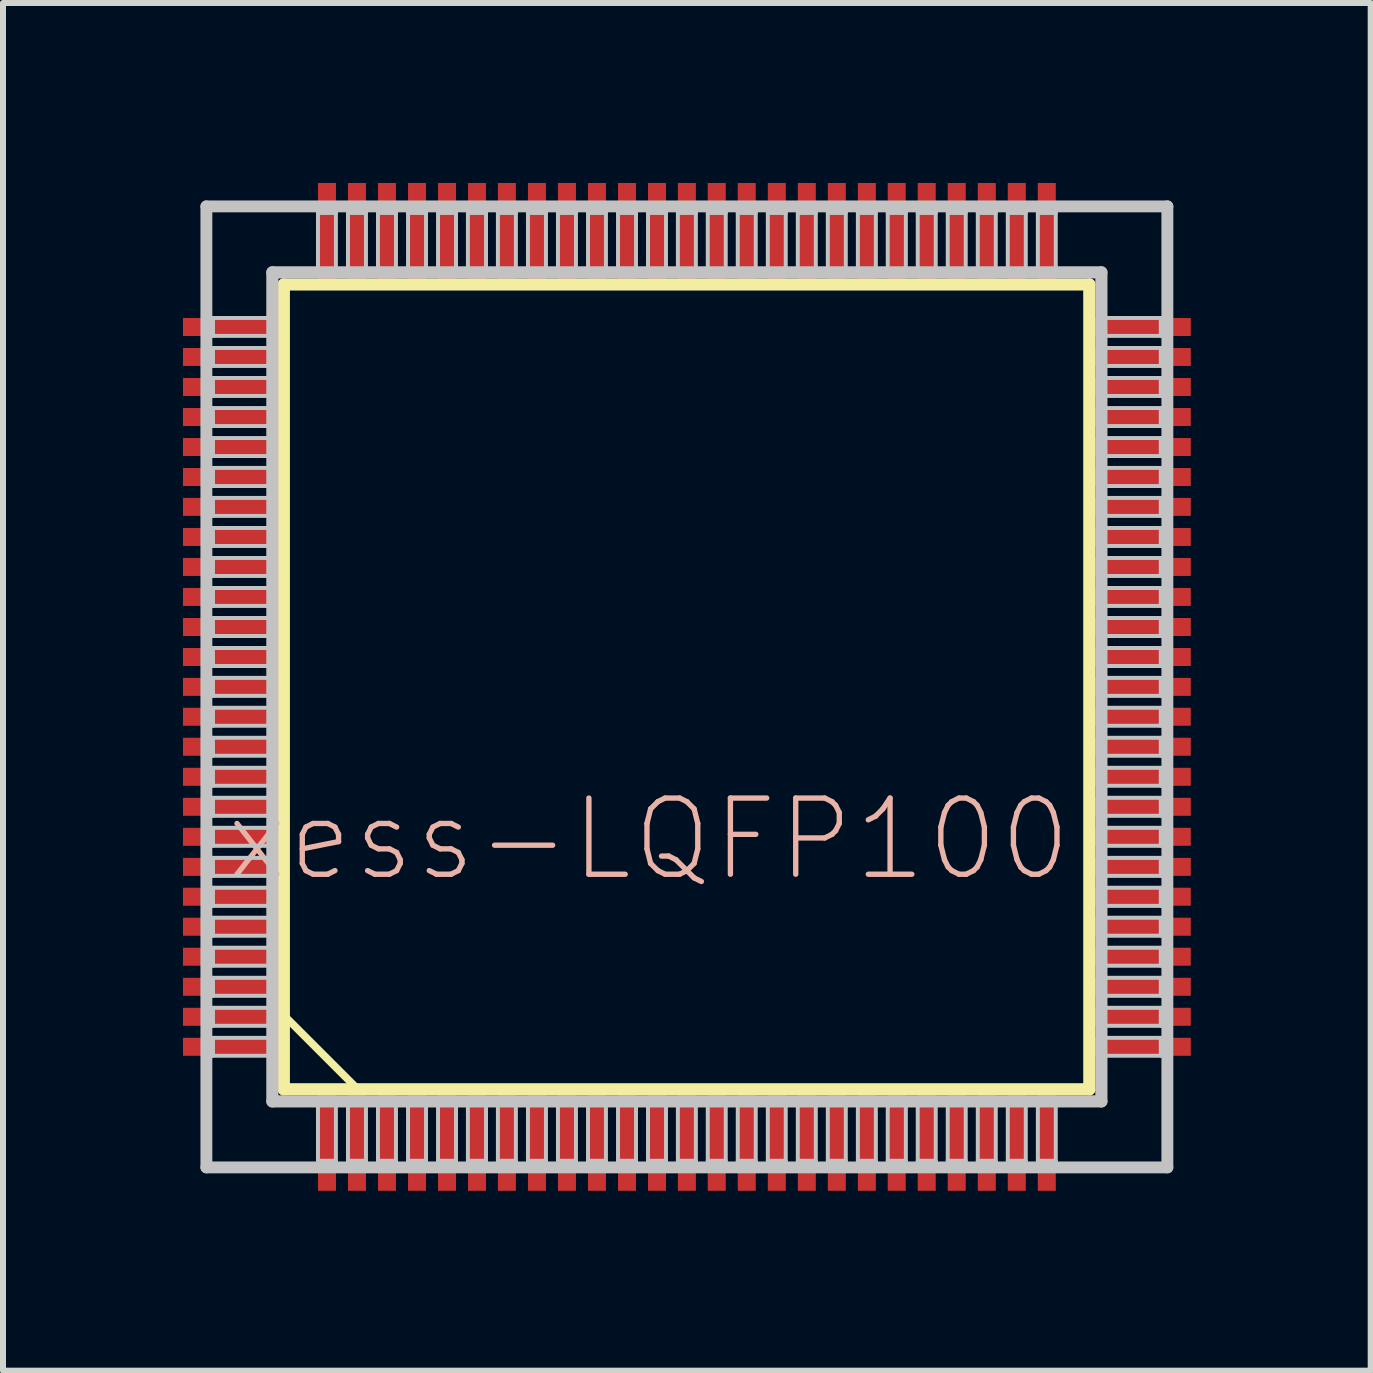
<source format=kicad_pcb>
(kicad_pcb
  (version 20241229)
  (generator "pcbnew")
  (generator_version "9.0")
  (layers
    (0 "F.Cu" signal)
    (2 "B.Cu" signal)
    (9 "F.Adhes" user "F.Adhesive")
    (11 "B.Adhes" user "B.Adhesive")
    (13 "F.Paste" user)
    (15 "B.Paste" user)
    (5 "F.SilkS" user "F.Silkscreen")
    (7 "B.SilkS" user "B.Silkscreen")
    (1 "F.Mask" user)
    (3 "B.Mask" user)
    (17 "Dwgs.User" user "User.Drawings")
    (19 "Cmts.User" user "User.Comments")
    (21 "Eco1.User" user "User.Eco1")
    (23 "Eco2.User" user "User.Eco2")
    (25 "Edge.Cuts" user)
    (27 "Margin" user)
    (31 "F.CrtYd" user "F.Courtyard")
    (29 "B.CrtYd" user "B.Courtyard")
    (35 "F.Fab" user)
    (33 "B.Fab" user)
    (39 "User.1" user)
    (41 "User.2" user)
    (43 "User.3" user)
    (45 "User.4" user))
  (footprint "xess-LQFP100"
    (layer "F.Cu")
    (at 8.399 8.399)
    (property "Reference" "xess-LQFP100" (at -0.635 2.54 0) (layer "B.SilkS") (effects (font (size 1.27 1.27) (thickness 0.089))))
    (attr smd)
    (fp_line (start -6.731 5.461) (end -6.731 6.731) (stroke (width 0.127) (type solid)) (layer "F.SilkS"))
    (fp_line (start -6.731 6.731) (end -5.461 6.731) (stroke (width 0.127) (type solid)) (layer "F.SilkS"))
    (fp_line (start -6.718 -6.708) (end 6.708 -6.708) (stroke (width 0.203) (type solid)) (layer "F.SilkS"))
    (fp_line (start -6.718 6.708) (end -6.718 -6.708) (stroke (width 0.203) (type solid)) (layer "F.SilkS"))
    (fp_line (start -5.461 6.731) (end -6.731 5.461) (stroke (width 0.127) (type solid)) (layer "F.SilkS"))
    (fp_line (start 6.708 -6.708) (end 6.708 6.708) (stroke (width 0.203) (type solid)) (layer "F.SilkS"))
    (fp_line (start 6.708 6.708) (end -6.718 6.708) (stroke (width 0.203) (type solid)) (layer "F.SilkS"))
    (fp_line (start -8.009 -8.009) (end 8.009 -8.009) (stroke (width 0.198) (type solid)) (layer "Dwgs.User"))
    (fp_line (start -8.009 8.009) (end -8.009 -8.009) (stroke (width 0.198) (type solid)) (layer "Dwgs.User"))
    (fp_line (start -7.899 -6.149) (end -6.949 -6.149) (stroke (width 0.066) (type solid)) (layer "Dwgs.User"))
    (fp_line (start -7.899 -5.85) (end -7.899 -6.149) (stroke (width 0.066) (type solid)) (layer "Dwgs.User"))
    (fp_line (start -7.899 -5.85) (end -6.949 -5.85) (stroke (width 0.066) (type solid)) (layer "Dwgs.User"))
    (fp_line (start -7.899 -5.649) (end -6.949 -5.649) (stroke (width 0.066) (type solid)) (layer "Dwgs.User"))
    (fp_line (start -7.899 -5.349) (end -7.899 -5.649) (stroke (width 0.066) (type solid)) (layer "Dwgs.User"))
    (fp_line (start -7.899 -5.349) (end -6.949 -5.349) (stroke (width 0.066) (type solid)) (layer "Dwgs.User"))
    (fp_line (start -7.899 -5.149) (end -6.949 -5.149) (stroke (width 0.066) (type solid)) (layer "Dwgs.User"))
    (fp_line (start -7.899 -4.849) (end -7.899 -5.149) (stroke (width 0.066) (type solid)) (layer "Dwgs.User"))
    (fp_line (start -7.899 -4.849) (end -6.949 -4.849) (stroke (width 0.066) (type solid)) (layer "Dwgs.User"))
    (fp_line (start -7.899 -4.648) (end -6.949 -4.648) (stroke (width 0.066) (type solid)) (layer "Dwgs.User"))
    (fp_line (start -7.899 -4.348) (end -7.899 -4.648) (stroke (width 0.066) (type solid)) (layer "Dwgs.User"))
    (fp_line (start -7.899 -4.348) (end -6.949 -4.348) (stroke (width 0.066) (type solid)) (layer "Dwgs.User"))
    (fp_line (start -7.899 -4.148) (end -6.949 -4.148) (stroke (width 0.066) (type solid)) (layer "Dwgs.User"))
    (fp_line (start -7.899 -3.848) (end -7.899 -4.148) (stroke (width 0.066) (type solid)) (layer "Dwgs.User"))
    (fp_line (start -7.899 -3.848) (end -6.949 -3.848) (stroke (width 0.066) (type solid)) (layer "Dwgs.User"))
    (fp_line (start -7.899 -3.65) (end -6.949 -3.65) (stroke (width 0.066) (type solid)) (layer "Dwgs.User"))
    (fp_line (start -7.899 -3.348) (end -7.899 -3.65) (stroke (width 0.066) (type solid)) (layer "Dwgs.User"))
    (fp_line (start -7.899 -3.348) (end -6.949 -3.348) (stroke (width 0.066) (type solid)) (layer "Dwgs.User"))
    (fp_line (start -7.899 -3.15) (end -6.949 -3.15) (stroke (width 0.066) (type solid)) (layer "Dwgs.User"))
    (fp_line (start -7.899 -2.85) (end -7.899 -3.15) (stroke (width 0.066) (type solid)) (layer "Dwgs.User"))
    (fp_line (start -7.899 -2.85) (end -6.949 -2.85) (stroke (width 0.066) (type solid)) (layer "Dwgs.User"))
    (fp_line (start -7.899 -2.649) (end -6.949 -2.649) (stroke (width 0.066) (type solid)) (layer "Dwgs.User"))
    (fp_line (start -7.899 -2.349) (end -7.899 -2.649) (stroke (width 0.066) (type solid)) (layer "Dwgs.User"))
    (fp_line (start -7.899 -2.349) (end -6.949 -2.349) (stroke (width 0.066) (type solid)) (layer "Dwgs.User"))
    (fp_line (start -7.899 -2.149) (end -6.949 -2.149) (stroke (width 0.066) (type solid)) (layer "Dwgs.User"))
    (fp_line (start -7.899 -1.849) (end -7.899 -2.149) (stroke (width 0.066) (type solid)) (layer "Dwgs.User"))
    (fp_line (start -7.899 -1.849) (end -6.949 -1.849) (stroke (width 0.066) (type solid)) (layer "Dwgs.User"))
    (fp_line (start -7.899 -1.648) (end -6.949 -1.648) (stroke (width 0.066) (type solid)) (layer "Dwgs.User"))
    (fp_line (start -7.899 -1.349) (end -7.899 -1.648) (stroke (width 0.066) (type solid)) (layer "Dwgs.User"))
    (fp_line (start -7.899 -1.349) (end -6.949 -1.349) (stroke (width 0.066) (type solid)) (layer "Dwgs.User"))
    (fp_line (start -7.899 -1.148) (end -6.949 -1.148) (stroke (width 0.066) (type solid)) (layer "Dwgs.User"))
    (fp_line (start -7.899 -0.848) (end -7.899 -1.148) (stroke (width 0.066) (type solid)) (layer "Dwgs.User"))
    (fp_line (start -7.899 -0.848) (end -6.949 -0.848) (stroke (width 0.066) (type solid)) (layer "Dwgs.User"))
    (fp_line (start -7.899 -0.648) (end -6.949 -0.648) (stroke (width 0.066) (type solid)) (layer "Dwgs.User"))
    (fp_line (start -7.899 -0.348) (end -7.899 -0.648) (stroke (width 0.066) (type solid)) (layer "Dwgs.User"))
    (fp_line (start -7.899 -0.348) (end -6.949 -0.348) (stroke (width 0.066) (type solid)) (layer "Dwgs.User"))
    (fp_line (start -7.899 -0.15) (end -6.949 -0.15) (stroke (width 0.066) (type solid)) (layer "Dwgs.User"))
    (fp_line (start -7.899 0.15) (end -7.899 -0.15) (stroke (width 0.066) (type solid)) (layer "Dwgs.User"))
    (fp_line (start -7.899 0.15) (end -6.949 0.15) (stroke (width 0.066) (type solid)) (layer "Dwgs.User"))
    (fp_line (start -7.899 0.348) (end -6.949 0.348) (stroke (width 0.066) (type solid)) (layer "Dwgs.User"))
    (fp_line (start -7.899 0.648) (end -7.899 0.348) (stroke (width 0.066) (type solid)) (layer "Dwgs.User"))
    (fp_line (start -7.899 0.648) (end -6.949 0.648) (stroke (width 0.066) (type solid)) (layer "Dwgs.User"))
    (fp_line (start -7.899 0.848) (end -6.949 0.848) (stroke (width 0.066) (type solid)) (layer "Dwgs.User"))
    (fp_line (start -7.899 1.148) (end -7.899 0.848) (stroke (width 0.066) (type solid)) (layer "Dwgs.User"))
    (fp_line (start -7.899 1.148) (end -6.949 1.148) (stroke (width 0.066) (type solid)) (layer "Dwgs.User"))
    (fp_line (start -7.899 1.349) (end -6.949 1.349) (stroke (width 0.066) (type solid)) (layer "Dwgs.User"))
    (fp_line (start -7.899 1.648) (end -7.899 1.349) (stroke (width 0.066) (type solid)) (layer "Dwgs.User"))
    (fp_line (start -7.899 1.648) (end -6.949 1.648) (stroke (width 0.066) (type solid)) (layer "Dwgs.User"))
    (fp_line (start -7.899 1.849) (end -6.949 1.849) (stroke (width 0.066) (type solid)) (layer "Dwgs.User"))
    (fp_line (start -7.899 2.149) (end -7.899 1.849) (stroke (width 0.066) (type solid)) (layer "Dwgs.User"))
    (fp_line (start -7.899 2.149) (end -6.949 2.149) (stroke (width 0.066) (type solid)) (layer "Dwgs.User"))
    (fp_line (start -7.899 2.349) (end -6.949 2.349) (stroke (width 0.066) (type solid)) (layer "Dwgs.User"))
    (fp_line (start -7.899 2.649) (end -7.899 2.349) (stroke (width 0.066) (type solid)) (layer "Dwgs.User"))
    (fp_line (start -7.899 2.649) (end -6.949 2.649) (stroke (width 0.066) (type solid)) (layer "Dwgs.User"))
    (fp_line (start -7.899 2.85) (end -6.949 2.85) (stroke (width 0.066) (type solid)) (layer "Dwgs.User"))
    (fp_line (start -7.899 3.15) (end -7.899 2.85) (stroke (width 0.066) (type solid)) (layer "Dwgs.User"))
    (fp_line (start -7.899 3.15) (end -6.949 3.15) (stroke (width 0.066) (type solid)) (layer "Dwgs.User"))
    (fp_line (start -7.899 3.348) (end -6.949 3.348) (stroke (width 0.066) (type solid)) (layer "Dwgs.User"))
    (fp_line (start -7.899 3.65) (end -7.899 3.348) (stroke (width 0.066) (type solid)) (layer "Dwgs.User"))
    (fp_line (start -7.899 3.65) (end -6.949 3.65) (stroke (width 0.066) (type solid)) (layer "Dwgs.User"))
    (fp_line (start -7.899 3.848) (end -6.949 3.848) (stroke (width 0.066) (type solid)) (layer "Dwgs.User"))
    (fp_line (start -7.899 4.148) (end -7.899 3.848) (stroke (width 0.066) (type solid)) (layer "Dwgs.User"))
    (fp_line (start -7.899 4.148) (end -6.949 4.148) (stroke (width 0.066) (type solid)) (layer "Dwgs.User"))
    (fp_line (start -7.899 4.348) (end -6.949 4.348) (stroke (width 0.066) (type solid)) (layer "Dwgs.User"))
    (fp_line (start -7.899 4.648) (end -7.899 4.348) (stroke (width 0.066) (type solid)) (layer "Dwgs.User"))
    (fp_line (start -7.899 4.648) (end -6.949 4.648) (stroke (width 0.066) (type solid)) (layer "Dwgs.User"))
    (fp_line (start -7.899 4.849) (end -6.949 4.849) (stroke (width 0.066) (type solid)) (layer "Dwgs.User"))
    (fp_line (start -7.899 5.149) (end -7.899 4.849) (stroke (width 0.066) (type solid)) (layer "Dwgs.User"))
    (fp_line (start -7.899 5.149) (end -6.949 5.149) (stroke (width 0.066) (type solid)) (layer "Dwgs.User"))
    (fp_line (start -7.899 5.349) (end -6.949 5.349) (stroke (width 0.066) (type solid)) (layer "Dwgs.User"))
    (fp_line (start -7.899 5.649) (end -7.899 5.349) (stroke (width 0.066) (type solid)) (layer "Dwgs.User"))
    (fp_line (start -7.899 5.649) (end -6.949 5.649) (stroke (width 0.066) (type solid)) (layer "Dwgs.User"))
    (fp_line (start -7.899 5.85) (end -6.949 5.85) (stroke (width 0.066) (type solid)) (layer "Dwgs.User"))
    (fp_line (start -7.899 6.149) (end -7.899 5.85) (stroke (width 0.066) (type solid)) (layer "Dwgs.User"))
    (fp_line (start -7.899 6.149) (end -6.949 6.149) (stroke (width 0.066) (type solid)) (layer "Dwgs.User"))
    (fp_line (start -6.949 -5.85) (end -6.949 -6.149) (stroke (width 0.066) (type solid)) (layer "Dwgs.User"))
    (fp_line (start -6.949 -5.349) (end -6.949 -5.649) (stroke (width 0.066) (type solid)) (layer "Dwgs.User"))
    (fp_line (start -6.949 -4.849) (end -6.949 -5.149) (stroke (width 0.066) (type solid)) (layer "Dwgs.User"))
    (fp_line (start -6.949 -4.348) (end -6.949 -4.648) (stroke (width 0.066) (type solid)) (layer "Dwgs.User"))
    (fp_line (start -6.949 -3.848) (end -6.949 -4.148) (stroke (width 0.066) (type solid)) (layer "Dwgs.User"))
    (fp_line (start -6.949 -3.348) (end -6.949 -3.65) (stroke (width 0.066) (type solid)) (layer "Dwgs.User"))
    (fp_line (start -6.949 -2.85) (end -6.949 -3.15) (stroke (width 0.066) (type solid)) (layer "Dwgs.User"))
    (fp_line (start -6.949 -2.349) (end -6.949 -2.649) (stroke (width 0.066) (type solid)) (layer "Dwgs.User"))
    (fp_line (start -6.949 -1.849) (end -6.949 -2.149) (stroke (width 0.066) (type solid)) (layer "Dwgs.User"))
    (fp_line (start -6.949 -1.349) (end -6.949 -1.648) (stroke (width 0.066) (type solid)) (layer "Dwgs.User"))
    (fp_line (start -6.949 -0.848) (end -6.949 -1.148) (stroke (width 0.066) (type solid)) (layer "Dwgs.User"))
    (fp_line (start -6.949 -0.348) (end -6.949 -0.648) (stroke (width 0.066) (type solid)) (layer "Dwgs.User"))
    (fp_line (start -6.949 0.15) (end -6.949 -0.15) (stroke (width 0.066) (type solid)) (layer "Dwgs.User"))
    (fp_line (start -6.949 0.648) (end -6.949 0.348) (stroke (width 0.066) (type solid)) (layer "Dwgs.User"))
    (fp_line (start -6.949 1.148) (end -6.949 0.848) (stroke (width 0.066) (type solid)) (layer "Dwgs.User"))
    (fp_line (start -6.949 1.648) (end -6.949 1.349) (stroke (width 0.066) (type solid)) (layer "Dwgs.User"))
    (fp_line (start -6.949 2.149) (end -6.949 1.849) (stroke (width 0.066) (type solid)) (layer "Dwgs.User"))
    (fp_line (start -6.949 2.649) (end -6.949 2.349) (stroke (width 0.066) (type solid)) (layer "Dwgs.User"))
    (fp_line (start -6.949 3.15) (end -6.949 2.85) (stroke (width 0.066) (type solid)) (layer "Dwgs.User"))
    (fp_line (start -6.949 3.65) (end -6.949 3.348) (stroke (width 0.066) (type solid)) (layer "Dwgs.User"))
    (fp_line (start -6.949 4.148) (end -6.949 3.848) (stroke (width 0.066) (type solid)) (layer "Dwgs.User"))
    (fp_line (start -6.949 4.648) (end -6.949 4.348) (stroke (width 0.066) (type solid)) (layer "Dwgs.User"))
    (fp_line (start -6.949 5.149) (end -6.949 4.849) (stroke (width 0.066) (type solid)) (layer "Dwgs.User"))
    (fp_line (start -6.949 5.649) (end -6.949 5.349) (stroke (width 0.066) (type solid)) (layer "Dwgs.User"))
    (fp_line (start -6.949 6.149) (end -6.949 5.85) (stroke (width 0.066) (type solid)) (layer "Dwgs.User"))
    (fp_line (start -6.909 -6.909) (end -6.909 6.909) (stroke (width 0.203) (type solid)) (layer "Dwgs.User"))
    (fp_line (start -6.909 6.909) (end 6.909 6.909) (stroke (width 0.203) (type solid)) (layer "Dwgs.User"))
    (fp_line (start -6.149 -7.899) (end -5.85 -7.899) (stroke (width 0.066) (type solid)) (layer "Dwgs.User"))
    (fp_line (start -6.149 -6.949) (end -6.149 -7.899) (stroke (width 0.066) (type solid)) (layer "Dwgs.User"))
    (fp_line (start -6.149 -6.949) (end -5.85 -6.949) (stroke (width 0.066) (type solid)) (layer "Dwgs.User"))
    (fp_line (start -6.149 6.949) (end -5.85 6.949) (stroke (width 0.066) (type solid)) (layer "Dwgs.User"))
    (fp_line (start -6.149 7.899) (end -6.149 6.949) (stroke (width 0.066) (type solid)) (layer "Dwgs.User"))
    (fp_line (start -6.149 7.899) (end -5.85 7.899) (stroke (width 0.066) (type solid)) (layer "Dwgs.User"))
    (fp_line (start -5.85 -6.949) (end -5.85 -7.899) (stroke (width 0.066) (type solid)) (layer "Dwgs.User"))
    (fp_line (start -5.85 7.899) (end -5.85 6.949) (stroke (width 0.066) (type solid)) (layer "Dwgs.User"))
    (fp_line (start -5.649 -7.899) (end -5.349 -7.899) (stroke (width 0.066) (type solid)) (layer "Dwgs.User"))
    (fp_line (start -5.649 -6.949) (end -5.649 -7.899) (stroke (width 0.066) (type solid)) (layer "Dwgs.User"))
    (fp_line (start -5.649 -6.949) (end -5.349 -6.949) (stroke (width 0.066) (type solid)) (layer "Dwgs.User"))
    (fp_line (start -5.649 6.949) (end -5.349 6.949) (stroke (width 0.066) (type solid)) (layer "Dwgs.User"))
    (fp_line (start -5.649 7.899) (end -5.649 6.949) (stroke (width 0.066) (type solid)) (layer "Dwgs.User"))
    (fp_line (start -5.649 7.899) (end -5.349 7.899) (stroke (width 0.066) (type solid)) (layer "Dwgs.User"))
    (fp_line (start -5.349 -6.949) (end -5.349 -7.899) (stroke (width 0.066) (type solid)) (layer "Dwgs.User"))
    (fp_line (start -5.349 7.899) (end -5.349 6.949) (stroke (width 0.066) (type solid)) (layer "Dwgs.User"))
    (fp_line (start -5.149 -7.899) (end -4.849 -7.899) (stroke (width 0.066) (type solid)) (layer "Dwgs.User"))
    (fp_line (start -5.149 -6.949) (end -5.149 -7.899) (stroke (width 0.066) (type solid)) (layer "Dwgs.User"))
    (fp_line (start -5.149 -6.949) (end -4.849 -6.949) (stroke (width 0.066) (type solid)) (layer "Dwgs.User"))
    (fp_line (start -5.149 6.949) (end -4.849 6.949) (stroke (width 0.066) (type solid)) (layer "Dwgs.User"))
    (fp_line (start -5.149 7.899) (end -5.149 6.949) (stroke (width 0.066) (type solid)) (layer "Dwgs.User"))
    (fp_line (start -5.149 7.899) (end -4.849 7.899) (stroke (width 0.066) (type solid)) (layer "Dwgs.User"))
    (fp_line (start -4.849 -6.949) (end -4.849 -7.899) (stroke (width 0.066) (type solid)) (layer "Dwgs.User"))
    (fp_line (start -4.849 7.899) (end -4.849 6.949) (stroke (width 0.066) (type solid)) (layer "Dwgs.User"))
    (fp_line (start -4.648 -7.899) (end -4.348 -7.899) (stroke (width 0.066) (type solid)) (layer "Dwgs.User"))
    (fp_line (start -4.648 -6.949) (end -4.648 -7.899) (stroke (width 0.066) (type solid)) (layer "Dwgs.User"))
    (fp_line (start -4.648 -6.949) (end -4.348 -6.949) (stroke (width 0.066) (type solid)) (layer "Dwgs.User"))
    (fp_line (start -4.648 6.949) (end -4.348 6.949) (stroke (width 0.066) (type solid)) (layer "Dwgs.User"))
    (fp_line (start -4.648 7.899) (end -4.648 6.949) (stroke (width 0.066) (type solid)) (layer "Dwgs.User"))
    (fp_line (start -4.648 7.899) (end -4.348 7.899) (stroke (width 0.066) (type solid)) (layer "Dwgs.User"))
    (fp_line (start -4.348 -6.949) (end -4.348 -7.899) (stroke (width 0.066) (type solid)) (layer "Dwgs.User"))
    (fp_line (start -4.348 7.899) (end -4.348 6.949) (stroke (width 0.066) (type solid)) (layer "Dwgs.User"))
    (fp_line (start -4.148 -7.899) (end -3.848 -7.899) (stroke (width 0.066) (type solid)) (layer "Dwgs.User"))
    (fp_line (start -4.148 -6.949) (end -4.148 -7.899) (stroke (width 0.066) (type solid)) (layer "Dwgs.User"))
    (fp_line (start -4.148 -6.949) (end -3.848 -6.949) (stroke (width 0.066) (type solid)) (layer "Dwgs.User"))
    (fp_line (start -4.148 6.949) (end -3.848 6.949) (stroke (width 0.066) (type solid)) (layer "Dwgs.User"))
    (fp_line (start -4.148 7.899) (end -4.148 6.949) (stroke (width 0.066) (type solid)) (layer "Dwgs.User"))
    (fp_line (start -4.148 7.899) (end -3.848 7.899) (stroke (width 0.066) (type solid)) (layer "Dwgs.User"))
    (fp_line (start -3.848 -6.949) (end -3.848 -7.899) (stroke (width 0.066) (type solid)) (layer "Dwgs.User"))
    (fp_line (start -3.848 7.899) (end -3.848 6.949) (stroke (width 0.066) (type solid)) (layer "Dwgs.User"))
    (fp_line (start -3.65 -7.899) (end -3.348 -7.899) (stroke (width 0.066) (type solid)) (layer "Dwgs.User"))
    (fp_line (start -3.65 -6.949) (end -3.65 -7.899) (stroke (width 0.066) (type solid)) (layer "Dwgs.User"))
    (fp_line (start -3.65 -6.949) (end -3.348 -6.949) (stroke (width 0.066) (type solid)) (layer "Dwgs.User"))
    (fp_line (start -3.65 6.949) (end -3.348 6.949) (stroke (width 0.066) (type solid)) (layer "Dwgs.User"))
    (fp_line (start -3.65 7.899) (end -3.65 6.949) (stroke (width 0.066) (type solid)) (layer "Dwgs.User"))
    (fp_line (start -3.65 7.899) (end -3.348 7.899) (stroke (width 0.066) (type solid)) (layer "Dwgs.User"))
    (fp_line (start -3.348 -6.949) (end -3.348 -7.899) (stroke (width 0.066) (type solid)) (layer "Dwgs.User"))
    (fp_line (start -3.348 7.899) (end -3.348 6.949) (stroke (width 0.066) (type solid)) (layer "Dwgs.User"))
    (fp_line (start -3.15 -7.899) (end -2.85 -7.899) (stroke (width 0.066) (type solid)) (layer "Dwgs.User"))
    (fp_line (start -3.15 -6.949) (end -3.15 -7.899) (stroke (width 0.066) (type solid)) (layer "Dwgs.User"))
    (fp_line (start -3.15 -6.949) (end -2.85 -6.949) (stroke (width 0.066) (type solid)) (layer "Dwgs.User"))
    (fp_line (start -3.15 6.949) (end -2.85 6.949) (stroke (width 0.066) (type solid)) (layer "Dwgs.User"))
    (fp_line (start -3.15 7.899) (end -3.15 6.949) (stroke (width 0.066) (type solid)) (layer "Dwgs.User"))
    (fp_line (start -3.15 7.899) (end -2.85 7.899) (stroke (width 0.066) (type solid)) (layer "Dwgs.User"))
    (fp_line (start -2.85 -6.949) (end -2.85 -7.899) (stroke (width 0.066) (type solid)) (layer "Dwgs.User"))
    (fp_line (start -2.85 7.899) (end -2.85 6.949) (stroke (width 0.066) (type solid)) (layer "Dwgs.User"))
    (fp_line (start -2.649 -7.899) (end -2.349 -7.899) (stroke (width 0.066) (type solid)) (layer "Dwgs.User"))
    (fp_line (start -2.649 -6.949) (end -2.649 -7.899) (stroke (width 0.066) (type solid)) (layer "Dwgs.User"))
    (fp_line (start -2.649 -6.949) (end -2.349 -6.949) (stroke (width 0.066) (type solid)) (layer "Dwgs.User"))
    (fp_line (start -2.649 6.949) (end -2.349 6.949) (stroke (width 0.066) (type solid)) (layer "Dwgs.User"))
    (fp_line (start -2.649 7.899) (end -2.649 6.949) (stroke (width 0.066) (type solid)) (layer "Dwgs.User"))
    (fp_line (start -2.649 7.899) (end -2.349 7.899) (stroke (width 0.066) (type solid)) (layer "Dwgs.User"))
    (fp_line (start -2.349 -6.949) (end -2.349 -7.899) (stroke (width 0.066) (type solid)) (layer "Dwgs.User"))
    (fp_line (start -2.349 7.899) (end -2.349 6.949) (stroke (width 0.066) (type solid)) (layer "Dwgs.User"))
    (fp_line (start -2.149 -7.899) (end -1.849 -7.899) (stroke (width 0.066) (type solid)) (layer "Dwgs.User"))
    (fp_line (start -2.149 -6.949) (end -2.149 -7.899) (stroke (width 0.066) (type solid)) (layer "Dwgs.User"))
    (fp_line (start -2.149 -6.949) (end -1.849 -6.949) (stroke (width 0.066) (type solid)) (layer "Dwgs.User"))
    (fp_line (start -2.149 6.949) (end -1.849 6.949) (stroke (width 0.066) (type solid)) (layer "Dwgs.User"))
    (fp_line (start -2.149 7.899) (end -2.149 6.949) (stroke (width 0.066) (type solid)) (layer "Dwgs.User"))
    (fp_line (start -2.149 7.899) (end -1.849 7.899) (stroke (width 0.066) (type solid)) (layer "Dwgs.User"))
    (fp_line (start -1.849 -6.949) (end -1.849 -7.899) (stroke (width 0.066) (type solid)) (layer "Dwgs.User"))
    (fp_line (start -1.849 7.899) (end -1.849 6.949) (stroke (width 0.066) (type solid)) (layer "Dwgs.User"))
    (fp_line (start -1.648 -7.899) (end -1.349 -7.899) (stroke (width 0.066) (type solid)) (layer "Dwgs.User"))
    (fp_line (start -1.648 -6.949) (end -1.648 -7.899) (stroke (width 0.066) (type solid)) (layer "Dwgs.User"))
    (fp_line (start -1.648 -6.949) (end -1.349 -6.949) (stroke (width 0.066) (type solid)) (layer "Dwgs.User"))
    (fp_line (start -1.648 6.949) (end -1.349 6.949) (stroke (width 0.066) (type solid)) (layer "Dwgs.User"))
    (fp_line (start -1.648 7.899) (end -1.648 6.949) (stroke (width 0.066) (type solid)) (layer "Dwgs.User"))
    (fp_line (start -1.648 7.899) (end -1.349 7.899) (stroke (width 0.066) (type solid)) (layer "Dwgs.User"))
    (fp_line (start -1.349 -6.949) (end -1.349 -7.899) (stroke (width 0.066) (type solid)) (layer "Dwgs.User"))
    (fp_line (start -1.349 7.899) (end -1.349 6.949) (stroke (width 0.066) (type solid)) (layer "Dwgs.User"))
    (fp_line (start -1.148 -7.899) (end -0.848 -7.899) (stroke (width 0.066) (type solid)) (layer "Dwgs.User"))
    (fp_line (start -1.148 -6.949) (end -1.148 -7.899) (stroke (width 0.066) (type solid)) (layer "Dwgs.User"))
    (fp_line (start -1.148 -6.949) (end -0.848 -6.949) (stroke (width 0.066) (type solid)) (layer "Dwgs.User"))
    (fp_line (start -1.148 6.949) (end -0.848 6.949) (stroke (width 0.066) (type solid)) (layer "Dwgs.User"))
    (fp_line (start -1.148 7.899) (end -1.148 6.949) (stroke (width 0.066) (type solid)) (layer "Dwgs.User"))
    (fp_line (start -1.148 7.899) (end -0.848 7.899) (stroke (width 0.066) (type solid)) (layer "Dwgs.User"))
    (fp_line (start -0.848 -6.949) (end -0.848 -7.899) (stroke (width 0.066) (type solid)) (layer "Dwgs.User"))
    (fp_line (start -0.848 7.899) (end -0.848 6.949) (stroke (width 0.066) (type solid)) (layer "Dwgs.User"))
    (fp_line (start -0.648 -7.899) (end -0.348 -7.899) (stroke (width 0.066) (type solid)) (layer "Dwgs.User"))
    (fp_line (start -0.648 -6.949) (end -0.648 -7.899) (stroke (width 0.066) (type solid)) (layer "Dwgs.User"))
    (fp_line (start -0.648 -6.949) (end -0.348 -6.949) (stroke (width 0.066) (type solid)) (layer "Dwgs.User"))
    (fp_line (start -0.648 6.949) (end -0.348 6.949) (stroke (width 0.066) (type solid)) (layer "Dwgs.User"))
    (fp_line (start -0.648 7.899) (end -0.648 6.949) (stroke (width 0.066) (type solid)) (layer "Dwgs.User"))
    (fp_line (start -0.648 7.899) (end -0.348 7.899) (stroke (width 0.066) (type solid)) (layer "Dwgs.User"))
    (fp_line (start -0.348 -6.949) (end -0.348 -7.899) (stroke (width 0.066) (type solid)) (layer "Dwgs.User"))
    (fp_line (start -0.348 7.899) (end -0.348 6.949) (stroke (width 0.066) (type solid)) (layer "Dwgs.User"))
    (fp_line (start -0.15 -7.899) (end 0.15 -7.899) (stroke (width 0.066) (type solid)) (layer "Dwgs.User"))
    (fp_line (start -0.15 -6.949) (end -0.15 -7.899) (stroke (width 0.066) (type solid)) (layer "Dwgs.User"))
    (fp_line (start -0.15 -6.949) (end 0.15 -6.949) (stroke (width 0.066) (type solid)) (layer "Dwgs.User"))
    (fp_line (start -0.15 6.949) (end 0.15 6.949) (stroke (width 0.066) (type solid)) (layer "Dwgs.User"))
    (fp_line (start -0.15 7.899) (end -0.15 6.949) (stroke (width 0.066) (type solid)) (layer "Dwgs.User"))
    (fp_line (start -0.15 7.899) (end 0.15 7.899) (stroke (width 0.066) (type solid)) (layer "Dwgs.User"))
    (fp_line (start 0.15 -6.949) (end 0.15 -7.899) (stroke (width 0.066) (type solid)) (layer "Dwgs.User"))
    (fp_line (start 0.15 7.899) (end 0.15 6.949) (stroke (width 0.066) (type solid)) (layer "Dwgs.User"))
    (fp_line (start 0.348 -7.899) (end 0.648 -7.899) (stroke (width 0.066) (type solid)) (layer "Dwgs.User"))
    (fp_line (start 0.348 -6.949) (end 0.348 -7.899) (stroke (width 0.066) (type solid)) (layer "Dwgs.User"))
    (fp_line (start 0.348 -6.949) (end 0.648 -6.949) (stroke (width 0.066) (type solid)) (layer "Dwgs.User"))
    (fp_line (start 0.348 6.949) (end 0.648 6.949) (stroke (width 0.066) (type solid)) (layer "Dwgs.User"))
    (fp_line (start 0.348 7.899) (end 0.348 6.949) (stroke (width 0.066) (type solid)) (layer "Dwgs.User"))
    (fp_line (start 0.348 7.899) (end 0.648 7.899) (stroke (width 0.066) (type solid)) (layer "Dwgs.User"))
    (fp_line (start 0.648 -6.949) (end 0.648 -7.899) (stroke (width 0.066) (type solid)) (layer "Dwgs.User"))
    (fp_line (start 0.648 7.899) (end 0.648 6.949) (stroke (width 0.066) (type solid)) (layer "Dwgs.User"))
    (fp_line (start 0.848 -7.899) (end 1.148 -7.899) (stroke (width 0.066) (type solid)) (layer "Dwgs.User"))
    (fp_line (start 0.848 -6.949) (end 0.848 -7.899) (stroke (width 0.066) (type solid)) (layer "Dwgs.User"))
    (fp_line (start 0.848 -6.949) (end 1.148 -6.949) (stroke (width 0.066) (type solid)) (layer "Dwgs.User"))
    (fp_line (start 0.848 6.949) (end 1.148 6.949) (stroke (width 0.066) (type solid)) (layer "Dwgs.User"))
    (fp_line (start 0.848 7.899) (end 0.848 6.949) (stroke (width 0.066) (type solid)) (layer "Dwgs.User"))
    (fp_line (start 0.848 7.899) (end 1.148 7.899) (stroke (width 0.066) (type solid)) (layer "Dwgs.User"))
    (fp_line (start 1.148 -6.949) (end 1.148 -7.899) (stroke (width 0.066) (type solid)) (layer "Dwgs.User"))
    (fp_line (start 1.148 7.899) (end 1.148 6.949) (stroke (width 0.066) (type solid)) (layer "Dwgs.User"))
    (fp_line (start 1.349 -7.899) (end 1.648 -7.899) (stroke (width 0.066) (type solid)) (layer "Dwgs.User"))
    (fp_line (start 1.349 -6.949) (end 1.349 -7.899) (stroke (width 0.066) (type solid)) (layer "Dwgs.User"))
    (fp_line (start 1.349 -6.949) (end 1.648 -6.949) (stroke (width 0.066) (type solid)) (layer "Dwgs.User"))
    (fp_line (start 1.349 6.949) (end 1.648 6.949) (stroke (width 0.066) (type solid)) (layer "Dwgs.User"))
    (fp_line (start 1.349 7.899) (end 1.349 6.949) (stroke (width 0.066) (type solid)) (layer "Dwgs.User"))
    (fp_line (start 1.349 7.899) (end 1.648 7.899) (stroke (width 0.066) (type solid)) (layer "Dwgs.User"))
    (fp_line (start 1.648 -6.949) (end 1.648 -7.899) (stroke (width 0.066) (type solid)) (layer "Dwgs.User"))
    (fp_line (start 1.648 7.899) (end 1.648 6.949) (stroke (width 0.066) (type solid)) (layer "Dwgs.User"))
    (fp_line (start 1.849 -7.899) (end 2.149 -7.899) (stroke (width 0.066) (type solid)) (layer "Dwgs.User"))
    (fp_line (start 1.849 -6.949) (end 1.849 -7.899) (stroke (width 0.066) (type solid)) (layer "Dwgs.User"))
    (fp_line (start 1.849 -6.949) (end 2.149 -6.949) (stroke (width 0.066) (type solid)) (layer "Dwgs.User"))
    (fp_line (start 1.849 6.949) (end 2.149 6.949) (stroke (width 0.066) (type solid)) (layer "Dwgs.User"))
    (fp_line (start 1.849 7.899) (end 1.849 6.949) (stroke (width 0.066) (type solid)) (layer "Dwgs.User"))
    (fp_line (start 1.849 7.899) (end 2.149 7.899) (stroke (width 0.066) (type solid)) (layer "Dwgs.User"))
    (fp_line (start 2.149 -6.949) (end 2.149 -7.899) (stroke (width 0.066) (type solid)) (layer "Dwgs.User"))
    (fp_line (start 2.149 7.899) (end 2.149 6.949) (stroke (width 0.066) (type solid)) (layer "Dwgs.User"))
    (fp_line (start 2.349 -7.899) (end 2.649 -7.899) (stroke (width 0.066) (type solid)) (layer "Dwgs.User"))
    (fp_line (start 2.349 -6.949) (end 2.349 -7.899) (stroke (width 0.066) (type solid)) (layer "Dwgs.User"))
    (fp_line (start 2.349 -6.949) (end 2.649 -6.949) (stroke (width 0.066) (type solid)) (layer "Dwgs.User"))
    (fp_line (start 2.349 6.949) (end 2.649 6.949) (stroke (width 0.066) (type solid)) (layer "Dwgs.User"))
    (fp_line (start 2.349 7.899) (end 2.349 6.949) (stroke (width 0.066) (type solid)) (layer "Dwgs.User"))
    (fp_line (start 2.349 7.899) (end 2.649 7.899) (stroke (width 0.066) (type solid)) (layer "Dwgs.User"))
    (fp_line (start 2.649 -6.949) (end 2.649 -7.899) (stroke (width 0.066) (type solid)) (layer "Dwgs.User"))
    (fp_line (start 2.649 7.899) (end 2.649 6.949) (stroke (width 0.066) (type solid)) (layer "Dwgs.User"))
    (fp_line (start 2.85 -7.899) (end 3.15 -7.899) (stroke (width 0.066) (type solid)) (layer "Dwgs.User"))
    (fp_line (start 2.85 -6.949) (end 2.85 -7.899) (stroke (width 0.066) (type solid)) (layer "Dwgs.User"))
    (fp_line (start 2.85 -6.949) (end 3.15 -6.949) (stroke (width 0.066) (type solid)) (layer "Dwgs.User"))
    (fp_line (start 2.85 6.949) (end 3.15 6.949) (stroke (width 0.066) (type solid)) (layer "Dwgs.User"))
    (fp_line (start 2.85 7.899) (end 2.85 6.949) (stroke (width 0.066) (type solid)) (layer "Dwgs.User"))
    (fp_line (start 2.85 7.899) (end 3.15 7.899) (stroke (width 0.066) (type solid)) (layer "Dwgs.User"))
    (fp_line (start 3.15 -6.949) (end 3.15 -7.899) (stroke (width 0.066) (type solid)) (layer "Dwgs.User"))
    (fp_line (start 3.15 7.899) (end 3.15 6.949) (stroke (width 0.066) (type solid)) (layer "Dwgs.User"))
    (fp_line (start 3.348 -7.899) (end 3.65 -7.899) (stroke (width 0.066) (type solid)) (layer "Dwgs.User"))
    (fp_line (start 3.348 -6.949) (end 3.348 -7.899) (stroke (width 0.066) (type solid)) (layer "Dwgs.User"))
    (fp_line (start 3.348 -6.949) (end 3.65 -6.949) (stroke (width 0.066) (type solid)) (layer "Dwgs.User"))
    (fp_line (start 3.348 6.949) (end 3.65 6.949) (stroke (width 0.066) (type solid)) (layer "Dwgs.User"))
    (fp_line (start 3.348 7.899) (end 3.348 6.949) (stroke (width 0.066) (type solid)) (layer "Dwgs.User"))
    (fp_line (start 3.348 7.899) (end 3.65 7.899) (stroke (width 0.066) (type solid)) (layer "Dwgs.User"))
    (fp_line (start 3.65 -6.949) (end 3.65 -7.899) (stroke (width 0.066) (type solid)) (layer "Dwgs.User"))
    (fp_line (start 3.65 7.899) (end 3.65 6.949) (stroke (width 0.066) (type solid)) (layer "Dwgs.User"))
    (fp_line (start 3.848 -7.899) (end 4.148 -7.899) (stroke (width 0.066) (type solid)) (layer "Dwgs.User"))
    (fp_line (start 3.848 -6.949) (end 3.848 -7.899) (stroke (width 0.066) (type solid)) (layer "Dwgs.User"))
    (fp_line (start 3.848 -6.949) (end 4.148 -6.949) (stroke (width 0.066) (type solid)) (layer "Dwgs.User"))
    (fp_line (start 3.848 6.949) (end 4.148 6.949) (stroke (width 0.066) (type solid)) (layer "Dwgs.User"))
    (fp_line (start 3.848 7.899) (end 3.848 6.949) (stroke (width 0.066) (type solid)) (layer "Dwgs.User"))
    (fp_line (start 3.848 7.899) (end 4.148 7.899) (stroke (width 0.066) (type solid)) (layer "Dwgs.User"))
    (fp_line (start 4.148 -6.949) (end 4.148 -7.899) (stroke (width 0.066) (type solid)) (layer "Dwgs.User"))
    (fp_line (start 4.148 7.899) (end 4.148 6.949) (stroke (width 0.066) (type solid)) (layer "Dwgs.User"))
    (fp_line (start 4.348 -7.899) (end 4.648 -7.899) (stroke (width 0.066) (type solid)) (layer "Dwgs.User"))
    (fp_line (start 4.348 -6.949) (end 4.348 -7.899) (stroke (width 0.066) (type solid)) (layer "Dwgs.User"))
    (fp_line (start 4.348 -6.949) (end 4.648 -6.949) (stroke (width 0.066) (type solid)) (layer "Dwgs.User"))
    (fp_line (start 4.348 6.949) (end 4.648 6.949) (stroke (width 0.066) (type solid)) (layer "Dwgs.User"))
    (fp_line (start 4.348 7.899) (end 4.348 6.949) (stroke (width 0.066) (type solid)) (layer "Dwgs.User"))
    (fp_line (start 4.348 7.899) (end 4.648 7.899) (stroke (width 0.066) (type solid)) (layer "Dwgs.User"))
    (fp_line (start 4.648 -6.949) (end 4.648 -7.899) (stroke (width 0.066) (type solid)) (layer "Dwgs.User"))
    (fp_line (start 4.648 7.899) (end 4.648 6.949) (stroke (width 0.066) (type solid)) (layer "Dwgs.User"))
    (fp_line (start 4.849 -7.899) (end 5.149 -7.899) (stroke (width 0.066) (type solid)) (layer "Dwgs.User"))
    (fp_line (start 4.849 -6.949) (end 4.849 -7.899) (stroke (width 0.066) (type solid)) (layer "Dwgs.User"))
    (fp_line (start 4.849 -6.949) (end 5.149 -6.949) (stroke (width 0.066) (type solid)) (layer "Dwgs.User"))
    (fp_line (start 4.849 6.949) (end 5.149 6.949) (stroke (width 0.066) (type solid)) (layer "Dwgs.User"))
    (fp_line (start 4.849 7.899) (end 4.849 6.949) (stroke (width 0.066) (type solid)) (layer "Dwgs.User"))
    (fp_line (start 4.849 7.899) (end 5.149 7.899) (stroke (width 0.066) (type solid)) (layer "Dwgs.User"))
    (fp_line (start 5.149 -6.949) (end 5.149 -7.899) (stroke (width 0.066) (type solid)) (layer "Dwgs.User"))
    (fp_line (start 5.149 7.899) (end 5.149 6.949) (stroke (width 0.066) (type solid)) (layer "Dwgs.User"))
    (fp_line (start 5.349 -7.899) (end 5.649 -7.899) (stroke (width 0.066) (type solid)) (layer "Dwgs.User"))
    (fp_line (start 5.349 -6.949) (end 5.349 -7.899) (stroke (width 0.066) (type solid)) (layer "Dwgs.User"))
    (fp_line (start 5.349 -6.949) (end 5.649 -6.949) (stroke (width 0.066) (type solid)) (layer "Dwgs.User"))
    (fp_line (start 5.349 6.949) (end 5.649 6.949) (stroke (width 0.066) (type solid)) (layer "Dwgs.User"))
    (fp_line (start 5.349 7.899) (end 5.349 6.949) (stroke (width 0.066) (type solid)) (layer "Dwgs.User"))
    (fp_line (start 5.349 7.899) (end 5.649 7.899) (stroke (width 0.066) (type solid)) (layer "Dwgs.User"))
    (fp_line (start 5.649 -6.949) (end 5.649 -7.899) (stroke (width 0.066) (type solid)) (layer "Dwgs.User"))
    (fp_line (start 5.649 7.899) (end 5.649 6.949) (stroke (width 0.066) (type solid)) (layer "Dwgs.User"))
    (fp_line (start 5.85 -7.899) (end 6.149 -7.899) (stroke (width 0.066) (type solid)) (layer "Dwgs.User"))
    (fp_line (start 5.85 -6.949) (end 5.85 -7.899) (stroke (width 0.066) (type solid)) (layer "Dwgs.User"))
    (fp_line (start 5.85 -6.949) (end 6.149 -6.949) (stroke (width 0.066) (type solid)) (layer "Dwgs.User"))
    (fp_line (start 5.85 6.949) (end 6.149 6.949) (stroke (width 0.066) (type solid)) (layer "Dwgs.User"))
    (fp_line (start 5.85 7.899) (end 5.85 6.949) (stroke (width 0.066) (type solid)) (layer "Dwgs.User"))
    (fp_line (start 5.85 7.899) (end 6.149 7.899) (stroke (width 0.066) (type solid)) (layer "Dwgs.User"))
    (fp_line (start 6.149 -6.949) (end 6.149 -7.899) (stroke (width 0.066) (type solid)) (layer "Dwgs.User"))
    (fp_line (start 6.149 7.899) (end 6.149 6.949) (stroke (width 0.066) (type solid)) (layer "Dwgs.User"))
    (fp_line (start 6.909 -6.909) (end -6.909 -6.909) (stroke (width 0.203) (type solid)) (layer "Dwgs.User"))
    (fp_line (start 6.909 6.909) (end 6.909 -6.909) (stroke (width 0.203) (type solid)) (layer "Dwgs.User"))
    (fp_line (start 6.949 -6.149) (end 7.899 -6.149) (stroke (width 0.066) (type solid)) (layer "Dwgs.User"))
    (fp_line (start 6.949 -5.85) (end 6.949 -6.149) (stroke (width 0.066) (type solid)) (layer "Dwgs.User"))
    (fp_line (start 6.949 -5.85) (end 7.899 -5.85) (stroke (width 0.066) (type solid)) (layer "Dwgs.User"))
    (fp_line (start 6.949 -5.649) (end 7.899 -5.649) (stroke (width 0.066) (type solid)) (layer "Dwgs.User"))
    (fp_line (start 6.949 -5.349) (end 6.949 -5.649) (stroke (width 0.066) (type solid)) (layer "Dwgs.User"))
    (fp_line (start 6.949 -5.349) (end 7.899 -5.349) (stroke (width 0.066) (type solid)) (layer "Dwgs.User"))
    (fp_line (start 6.949 -5.149) (end 7.899 -5.149) (stroke (width 0.066) (type solid)) (layer "Dwgs.User"))
    (fp_line (start 6.949 -4.849) (end 6.949 -5.149) (stroke (width 0.066) (type solid)) (layer "Dwgs.User"))
    (fp_line (start 6.949 -4.849) (end 7.899 -4.849) (stroke (width 0.066) (type solid)) (layer "Dwgs.User"))
    (fp_line (start 6.949 -4.648) (end 7.899 -4.648) (stroke (width 0.066) (type solid)) (layer "Dwgs.User"))
    (fp_line (start 6.949 -4.348) (end 6.949 -4.648) (stroke (width 0.066) (type solid)) (layer "Dwgs.User"))
    (fp_line (start 6.949 -4.348) (end 7.899 -4.348) (stroke (width 0.066) (type solid)) (layer "Dwgs.User"))
    (fp_line (start 6.949 -4.148) (end 7.899 -4.148) (stroke (width 0.066) (type solid)) (layer "Dwgs.User"))
    (fp_line (start 6.949 -3.848) (end 6.949 -4.148) (stroke (width 0.066) (type solid)) (layer "Dwgs.User"))
    (fp_line (start 6.949 -3.848) (end 7.899 -3.848) (stroke (width 0.066) (type solid)) (layer "Dwgs.User"))
    (fp_line (start 6.949 -3.65) (end 7.899 -3.65) (stroke (width 0.066) (type solid)) (layer "Dwgs.User"))
    (fp_line (start 6.949 -3.348) (end 6.949 -3.65) (stroke (width 0.066) (type solid)) (layer "Dwgs.User"))
    (fp_line (start 6.949 -3.348) (end 7.899 -3.348) (stroke (width 0.066) (type solid)) (layer "Dwgs.User"))
    (fp_line (start 6.949 -3.15) (end 7.899 -3.15) (stroke (width 0.066) (type solid)) (layer "Dwgs.User"))
    (fp_line (start 6.949 -2.85) (end 6.949 -3.15) (stroke (width 0.066) (type solid)) (layer "Dwgs.User"))
    (fp_line (start 6.949 -2.85) (end 7.899 -2.85) (stroke (width 0.066) (type solid)) (layer "Dwgs.User"))
    (fp_line (start 6.949 -2.649) (end 7.899 -2.649) (stroke (width 0.066) (type solid)) (layer "Dwgs.User"))
    (fp_line (start 6.949 -2.349) (end 6.949 -2.649) (stroke (width 0.066) (type solid)) (layer "Dwgs.User"))
    (fp_line (start 6.949 -2.349) (end 7.899 -2.349) (stroke (width 0.066) (type solid)) (layer "Dwgs.User"))
    (fp_line (start 6.949 -2.149) (end 7.899 -2.149) (stroke (width 0.066) (type solid)) (layer "Dwgs.User"))
    (fp_line (start 6.949 -1.849) (end 6.949 -2.149) (stroke (width 0.066) (type solid)) (layer "Dwgs.User"))
    (fp_line (start 6.949 -1.849) (end 7.899 -1.849) (stroke (width 0.066) (type solid)) (layer "Dwgs.User"))
    (fp_line (start 6.949 -1.648) (end 7.899 -1.648) (stroke (width 0.066) (type solid)) (layer "Dwgs.User"))
    (fp_line (start 6.949 -1.349) (end 6.949 -1.648) (stroke (width 0.066) (type solid)) (layer "Dwgs.User"))
    (fp_line (start 6.949 -1.349) (end 7.899 -1.349) (stroke (width 0.066) (type solid)) (layer "Dwgs.User"))
    (fp_line (start 6.949 -1.148) (end 7.899 -1.148) (stroke (width 0.066) (type solid)) (layer "Dwgs.User"))
    (fp_line (start 6.949 -0.848) (end 6.949 -1.148) (stroke (width 0.066) (type solid)) (layer "Dwgs.User"))
    (fp_line (start 6.949 -0.848) (end 7.899 -0.848) (stroke (width 0.066) (type solid)) (layer "Dwgs.User"))
    (fp_line (start 6.949 -0.648) (end 7.899 -0.648) (stroke (width 0.066) (type solid)) (layer "Dwgs.User"))
    (fp_line (start 6.949 -0.348) (end 6.949 -0.648) (stroke (width 0.066) (type solid)) (layer "Dwgs.User"))
    (fp_line (start 6.949 -0.348) (end 7.899 -0.348) (stroke (width 0.066) (type solid)) (layer "Dwgs.User"))
    (fp_line (start 6.949 -0.15) (end 7.899 -0.15) (stroke (width 0.066) (type solid)) (layer "Dwgs.User"))
    (fp_line (start 6.949 0.15) (end 6.949 -0.15) (stroke (width 0.066) (type solid)) (layer "Dwgs.User"))
    (fp_line (start 6.949 0.15) (end 7.899 0.15) (stroke (width 0.066) (type solid)) (layer "Dwgs.User"))
    (fp_line (start 6.949 0.348) (end 7.899 0.348) (stroke (width 0.066) (type solid)) (layer "Dwgs.User"))
    (fp_line (start 6.949 0.648) (end 6.949 0.348) (stroke (width 0.066) (type solid)) (layer "Dwgs.User"))
    (fp_line (start 6.949 0.648) (end 7.899 0.648) (stroke (width 0.066) (type solid)) (layer "Dwgs.User"))
    (fp_line (start 6.949 0.848) (end 7.899 0.848) (stroke (width 0.066) (type solid)) (layer "Dwgs.User"))
    (fp_line (start 6.949 1.148) (end 6.949 0.848) (stroke (width 0.066) (type solid)) (layer "Dwgs.User"))
    (fp_line (start 6.949 1.148) (end 7.899 1.148) (stroke (width 0.066) (type solid)) (layer "Dwgs.User"))
    (fp_line (start 6.949 1.349) (end 7.899 1.349) (stroke (width 0.066) (type solid)) (layer "Dwgs.User"))
    (fp_line (start 6.949 1.648) (end 6.949 1.349) (stroke (width 0.066) (type solid)) (layer "Dwgs.User"))
    (fp_line (start 6.949 1.648) (end 7.899 1.648) (stroke (width 0.066) (type solid)) (layer "Dwgs.User"))
    (fp_line (start 6.949 1.849) (end 7.899 1.849) (stroke (width 0.066) (type solid)) (layer "Dwgs.User"))
    (fp_line (start 6.949 2.149) (end 6.949 1.849) (stroke (width 0.066) (type solid)) (layer "Dwgs.User"))
    (fp_line (start 6.949 2.149) (end 7.899 2.149) (stroke (width 0.066) (type solid)) (layer "Dwgs.User"))
    (fp_line (start 6.949 2.349) (end 7.899 2.349) (stroke (width 0.066) (type solid)) (layer "Dwgs.User"))
    (fp_line (start 6.949 2.649) (end 6.949 2.349) (stroke (width 0.066) (type solid)) (layer "Dwgs.User"))
    (fp_line (start 6.949 2.649) (end 7.899 2.649) (stroke (width 0.066) (type solid)) (layer "Dwgs.User"))
    (fp_line (start 6.949 2.85) (end 7.899 2.85) (stroke (width 0.066) (type solid)) (layer "Dwgs.User"))
    (fp_line (start 6.949 3.15) (end 6.949 2.85) (stroke (width 0.066) (type solid)) (layer "Dwgs.User"))
    (fp_line (start 6.949 3.15) (end 7.899 3.15) (stroke (width 0.066) (type solid)) (layer "Dwgs.User"))
    (fp_line (start 6.949 3.348) (end 7.899 3.348) (stroke (width 0.066) (type solid)) (layer "Dwgs.User"))
    (fp_line (start 6.949 3.65) (end 6.949 3.348) (stroke (width 0.066) (type solid)) (layer "Dwgs.User"))
    (fp_line (start 6.949 3.65) (end 7.899 3.65) (stroke (width 0.066) (type solid)) (layer "Dwgs.User"))
    (fp_line (start 6.949 3.848) (end 7.899 3.848) (stroke (width 0.066) (type solid)) (layer "Dwgs.User"))
    (fp_line (start 6.949 4.148) (end 6.949 3.848) (stroke (width 0.066) (type solid)) (layer "Dwgs.User"))
    (fp_line (start 6.949 4.148) (end 7.899 4.148) (stroke (width 0.066) (type solid)) (layer "Dwgs.User"))
    (fp_line (start 6.949 4.348) (end 7.899 4.348) (stroke (width 0.066) (type solid)) (layer "Dwgs.User"))
    (fp_line (start 6.949 4.648) (end 6.949 4.348) (stroke (width 0.066) (type solid)) (layer "Dwgs.User"))
    (fp_line (start 6.949 4.648) (end 7.899 4.648) (stroke (width 0.066) (type solid)) (layer "Dwgs.User"))
    (fp_line (start 6.949 4.849) (end 7.899 4.849) (stroke (width 0.066) (type solid)) (layer "Dwgs.User"))
    (fp_line (start 6.949 5.149) (end 6.949 4.849) (stroke (width 0.066) (type solid)) (layer "Dwgs.User"))
    (fp_line (start 6.949 5.149) (end 7.899 5.149) (stroke (width 0.066) (type solid)) (layer "Dwgs.User"))
    (fp_line (start 6.949 5.349) (end 7.899 5.349) (stroke (width 0.066) (type solid)) (layer "Dwgs.User"))
    (fp_line (start 6.949 5.649) (end 6.949 5.349) (stroke (width 0.066) (type solid)) (layer "Dwgs.User"))
    (fp_line (start 6.949 5.649) (end 7.899 5.649) (stroke (width 0.066) (type solid)) (layer "Dwgs.User"))
    (fp_line (start 6.949 5.85) (end 7.899 5.85) (stroke (width 0.066) (type solid)) (layer "Dwgs.User"))
    (fp_line (start 6.949 6.149) (end 6.949 5.85) (stroke (width 0.066) (type solid)) (layer "Dwgs.User"))
    (fp_line (start 6.949 6.149) (end 7.899 6.149) (stroke (width 0.066) (type solid)) (layer "Dwgs.User"))
    (fp_line (start 7.899 -5.85) (end 7.899 -6.149) (stroke (width 0.066) (type solid)) (layer "Dwgs.User"))
    (fp_line (start 7.899 -5.349) (end 7.899 -5.649) (stroke (width 0.066) (type solid)) (layer "Dwgs.User"))
    (fp_line (start 7.899 -4.849) (end 7.899 -5.149) (stroke (width 0.066) (type solid)) (layer "Dwgs.User"))
    (fp_line (start 7.899 -4.348) (end 7.899 -4.648) (stroke (width 0.066) (type solid)) (layer "Dwgs.User"))
    (fp_line (start 7.899 -3.848) (end 7.899 -4.148) (stroke (width 0.066) (type solid)) (layer "Dwgs.User"))
    (fp_line (start 7.899 -3.348) (end 7.899 -3.65) (stroke (width 0.066) (type solid)) (layer "Dwgs.User"))
    (fp_line (start 7.899 -2.85) (end 7.899 -3.15) (stroke (width 0.066) (type solid)) (layer "Dwgs.User"))
    (fp_line (start 7.899 -2.349) (end 7.899 -2.649) (stroke (width 0.066) (type solid)) (layer "Dwgs.User"))
    (fp_line (start 7.899 -1.849) (end 7.899 -2.149) (stroke (width 0.066) (type solid)) (layer "Dwgs.User"))
    (fp_line (start 7.899 -1.349) (end 7.899 -1.648) (stroke (width 0.066) (type solid)) (layer "Dwgs.User"))
    (fp_line (start 7.899 -0.848) (end 7.899 -1.148) (stroke (width 0.066) (type solid)) (layer "Dwgs.User"))
    (fp_line (start 7.899 -0.348) (end 7.899 -0.648) (stroke (width 0.066) (type solid)) (layer "Dwgs.User"))
    (fp_line (start 7.899 0.15) (end 7.899 -0.15) (stroke (width 0.066) (type solid)) (layer "Dwgs.User"))
    (fp_line (start 7.899 0.648) (end 7.899 0.348) (stroke (width 0.066) (type solid)) (layer "Dwgs.User"))
    (fp_line (start 7.899 1.148) (end 7.899 0.848) (stroke (width 0.066) (type solid)) (layer "Dwgs.User"))
    (fp_line (start 7.899 1.648) (end 7.899 1.349) (stroke (width 0.066) (type solid)) (layer "Dwgs.User"))
    (fp_line (start 7.899 2.149) (end 7.899 1.849) (stroke (width 0.066) (type solid)) (layer "Dwgs.User"))
    (fp_line (start 7.899 2.649) (end 7.899 2.349) (stroke (width 0.066) (type solid)) (layer "Dwgs.User"))
    (fp_line (start 7.899 3.15) (end 7.899 2.85) (stroke (width 0.066) (type solid)) (layer "Dwgs.User"))
    (fp_line (start 7.899 3.65) (end 7.899 3.348) (stroke (width 0.066) (type solid)) (layer "Dwgs.User"))
    (fp_line (start 7.899 4.148) (end 7.899 3.848) (stroke (width 0.066) (type solid)) (layer "Dwgs.User"))
    (fp_line (start 7.899 4.648) (end 7.899 4.348) (stroke (width 0.066) (type solid)) (layer "Dwgs.User"))
    (fp_line (start 7.899 5.149) (end 7.899 4.849) (stroke (width 0.066) (type solid)) (layer "Dwgs.User"))
    (fp_line (start 7.899 5.649) (end 7.899 5.349) (stroke (width 0.066) (type solid)) (layer "Dwgs.User"))
    (fp_line (start 7.899 6.149) (end 7.899 5.85) (stroke (width 0.066) (type solid)) (layer "Dwgs.User"))
    (fp_line (start 8.009 -8.009) (end 8.009 8.009) (stroke (width 0.198) (type solid)) (layer "Dwgs.User"))
    (fp_line (start 8.009 8.009) (end -8.009 8.009) (stroke (width 0.198) (type solid)) (layer "Dwgs.User"))
    (pad "1" smd rect (at -5.999 7.6) (size 0.3 1.598) (layers "F.Cu" "F.Mask" "F.Paste"))
    (pad "2" smd rect (at -5.499 7.6) (size 0.3 1.598) (layers "F.Cu" "F.Mask" "F.Paste"))
    (pad "3" smd rect (at -4.999 7.6) (size 0.3 1.598) (layers "F.Cu" "F.Mask" "F.Paste"))
    (pad "4" smd rect (at -4.498 7.6) (size 0.3 1.598) (layers "F.Cu" "F.Mask" "F.Paste"))
    (pad "5" smd rect (at -3.998 7.6) (size 0.3 1.598) (layers "F.Cu" "F.Mask" "F.Paste"))
    (pad "6" smd rect (at -3.498 7.6) (size 0.3 1.598) (layers "F.Cu" "F.Mask" "F.Paste"))
    (pad "7" smd rect (at -3 7.6) (size 0.3 1.598) (layers "F.Cu" "F.Mask" "F.Paste"))
    (pad "8" smd rect (at -2.499 7.6) (size 0.3 1.598) (layers "F.Cu" "F.Mask" "F.Paste"))
    (pad "9" smd rect (at -1.999 7.6) (size 0.3 1.598) (layers "F.Cu" "F.Mask" "F.Paste"))
    (pad "10" smd rect (at -1.499 7.6) (size 0.3 1.598) (layers "F.Cu" "F.Mask" "F.Paste"))
    (pad "11" smd rect (at -0.998 7.6) (size 0.3 1.598) (layers "F.Cu" "F.Mask" "F.Paste"))
    (pad "12" smd rect (at -0.498 7.6) (size 0.3 1.598) (layers "F.Cu" "F.Mask" "F.Paste"))
    (pad "13" smd rect (at 0 7.6) (size 0.3 1.598) (layers "F.Cu" "F.Mask" "F.Paste"))
    (pad "14" smd rect (at 0.498 7.6) (size 0.3 1.598) (layers "F.Cu" "F.Mask" "F.Paste"))
    (pad "15" smd rect (at 0.998 7.6) (size 0.3 1.598) (layers "F.Cu" "F.Mask" "F.Paste"))
    (pad "16" smd rect (at 1.499 7.6) (size 0.3 1.598) (layers "F.Cu" "F.Mask" "F.Paste"))
    (pad "17" smd rect (at 1.999 7.6) (size 0.3 1.598) (layers "F.Cu" "F.Mask" "F.Paste"))
    (pad "18" smd rect (at 2.499 7.6) (size 0.3 1.598) (layers "F.Cu" "F.Mask" "F.Paste"))
    (pad "19" smd rect (at 3 7.6) (size 0.3 1.598) (layers "F.Cu" "F.Mask" "F.Paste"))
    (pad "20" smd rect (at 3.498 7.6) (size 0.3 1.598) (layers "F.Cu" "F.Mask" "F.Paste"))
    (pad "21" smd rect (at 3.998 7.6) (size 0.3 1.598) (layers "F.Cu" "F.Mask" "F.Paste"))
    (pad "22" smd rect (at 4.498 7.6) (size 0.3 1.598) (layers "F.Cu" "F.Mask" "F.Paste"))
    (pad "23" smd rect (at 4.999 7.6) (size 0.3 1.598) (layers "F.Cu" "F.Mask" "F.Paste"))
    (pad "24" smd rect (at 5.499 7.6) (size 0.3 1.598) (layers "F.Cu" "F.Mask" "F.Paste"))
    (pad "25" smd rect (at 5.999 7.6) (size 0.3 1.598) (layers "F.Cu" "F.Mask" "F.Paste"))
    (pad "26" smd rect (at 7.6 5.999) (size 1.598 0.3) (layers "F.Cu" "F.Mask" "F.Paste"))
    (pad "27" smd rect (at 7.6 5.499) (size 1.598 0.3) (layers "F.Cu" "F.Mask" "F.Paste"))
    (pad "28" smd rect (at 7.6 4.999) (size 1.598 0.3) (layers "F.Cu" "F.Mask" "F.Paste"))
    (pad "29" smd rect (at 7.6 4.498) (size 1.598 0.3) (layers "F.Cu" "F.Mask" "F.Paste"))
    (pad "30" smd rect (at 7.6 3.998) (size 1.598 0.3) (layers "F.Cu" "F.Mask" "F.Paste"))
    (pad "31" smd rect (at 7.6 3.498) (size 1.598 0.3) (layers "F.Cu" "F.Mask" "F.Paste"))
    (pad "32" smd rect (at 7.6 3) (size 1.598 0.3) (layers "F.Cu" "F.Mask" "F.Paste"))
    (pad "33" smd rect (at 7.6 2.499) (size 1.598 0.3) (layers "F.Cu" "F.Mask" "F.Paste"))
    (pad "34" smd rect (at 7.6 1.999) (size 1.598 0.3) (layers "F.Cu" "F.Mask" "F.Paste"))
    (pad "35" smd rect (at 7.6 1.499) (size 1.598 0.3) (layers "F.Cu" "F.Mask" "F.Paste"))
    (pad "36" smd rect (at 7.6 0.998) (size 1.598 0.3) (layers "F.Cu" "F.Mask" "F.Paste"))
    (pad "37" smd rect (at 7.6 0.498) (size 1.598 0.3) (layers "F.Cu" "F.Mask" "F.Paste"))
    (pad "38" smd rect (at 7.6 0) (size 1.598 0.3) (layers "F.Cu" "F.Mask" "F.Paste"))
    (pad "39" smd rect (at 7.6 -0.498) (size 1.598 0.3) (layers "F.Cu" "F.Mask" "F.Paste"))
    (pad "40" smd rect (at 7.6 -0.998) (size 1.598 0.3) (layers "F.Cu" "F.Mask" "F.Paste"))
    (pad "41" smd rect (at 7.6 -1.499) (size 1.598 0.3) (layers "F.Cu" "F.Mask" "F.Paste"))
    (pad "42" smd rect (at 7.6 -1.999) (size 1.598 0.3) (layers "F.Cu" "F.Mask" "F.Paste"))
    (pad "43" smd rect (at 7.6 -2.499) (size 1.598 0.3) (layers "F.Cu" "F.Mask" "F.Paste"))
    (pad "44" smd rect (at 7.6 -3) (size 1.598 0.3) (layers "F.Cu" "F.Mask" "F.Paste"))
    (pad "45" smd rect (at 7.6 -3.498) (size 1.598 0.3) (layers "F.Cu" "F.Mask" "F.Paste"))
    (pad "46" smd rect (at 7.6 -3.998) (size 1.598 0.3) (layers "F.Cu" "F.Mask" "F.Paste"))
    (pad "47" smd rect (at 7.6 -4.498) (size 1.598 0.3) (layers "F.Cu" "F.Mask" "F.Paste"))
    (pad "48" smd rect (at 7.6 -4.999) (size 1.598 0.3) (layers "F.Cu" "F.Mask" "F.Paste"))
    (pad "49" smd rect (at 7.6 -5.499) (size 1.598 0.3) (layers "F.Cu" "F.Mask" "F.Paste"))
    (pad "50" smd rect (at 7.6 -5.999) (size 1.598 0.3) (layers "F.Cu" "F.Mask" "F.Paste"))
    (pad "51" smd rect (at 5.999 -7.6) (size 0.3 1.598) (layers "F.Cu" "F.Mask" "F.Paste"))
    (pad "52" smd rect (at 5.499 -7.6) (size 0.3 1.598) (layers "F.Cu" "F.Mask" "F.Paste"))
    (pad "53" smd rect (at 4.999 -7.6) (size 0.3 1.598) (layers "F.Cu" "F.Mask" "F.Paste"))
    (pad "54" smd rect (at 4.498 -7.6) (size 0.3 1.598) (layers "F.Cu" "F.Mask" "F.Paste"))
    (pad "55" smd rect (at 3.998 -7.6) (size 0.3 1.598) (layers "F.Cu" "F.Mask" "F.Paste"))
    (pad "56" smd rect (at 3.498 -7.6) (size 0.3 1.598) (layers "F.Cu" "F.Mask" "F.Paste"))
    (pad "57" smd rect (at 3 -7.6) (size 0.3 1.598) (layers "F.Cu" "F.Mask" "F.Paste"))
    (pad "58" smd rect (at 2.499 -7.6) (size 0.3 1.598) (layers "F.Cu" "F.Mask" "F.Paste"))
    (pad "59" smd rect (at 1.999 -7.6) (size 0.3 1.598) (layers "F.Cu" "F.Mask" "F.Paste"))
    (pad "60" smd rect (at 1.499 -7.6) (size 0.3 1.598) (layers "F.Cu" "F.Mask" "F.Paste"))
    (pad "61" smd rect (at 0.998 -7.6) (size 0.3 1.598) (layers "F.Cu" "F.Mask" "F.Paste"))
    (pad "62" smd rect (at 0.498 -7.6) (size 0.3 1.598) (layers "F.Cu" "F.Mask" "F.Paste"))
    (pad "63" smd rect (at 0 -7.6) (size 0.3 1.598) (layers "F.Cu" "F.Mask" "F.Paste"))
    (pad "64" smd rect (at -0.498 -7.6) (size 0.3 1.598) (layers "F.Cu" "F.Mask" "F.Paste"))
    (pad "65" smd rect (at -0.998 -7.6) (size 0.3 1.598) (layers "F.Cu" "F.Mask" "F.Paste"))
    (pad "66" smd rect (at -1.499 -7.6) (size 0.3 1.598) (layers "F.Cu" "F.Mask" "F.Paste"))
    (pad "67" smd rect (at -1.999 -7.6) (size 0.3 1.598) (layers "F.Cu" "F.Mask" "F.Paste"))
    (pad "68" smd rect (at -2.499 -7.6) (size 0.3 1.598) (layers "F.Cu" "F.Mask" "F.Paste"))
    (pad "69" smd rect (at -3 -7.6) (size 0.3 1.598) (layers "F.Cu" "F.Mask" "F.Paste"))
    (pad "70" smd rect (at -3.498 -7.6) (size 0.3 1.598) (layers "F.Cu" "F.Mask" "F.Paste"))
    (pad "71" smd rect (at -3.998 -7.6) (size 0.3 1.598) (layers "F.Cu" "F.Mask" "F.Paste"))
    (pad "72" smd rect (at -4.498 -7.6) (size 0.3 1.598) (layers "F.Cu" "F.Mask" "F.Paste"))
    (pad "73" smd rect (at -4.999 -7.6) (size 0.3 1.598) (layers "F.Cu" "F.Mask" "F.Paste"))
    (pad "74" smd rect (at -5.499 -7.6) (size 0.3 1.598) (layers "F.Cu" "F.Mask" "F.Paste"))
    (pad "75" smd rect (at -5.999 -7.6) (size 0.3 1.598) (layers "F.Cu" "F.Mask" "F.Paste"))
    (pad "76" smd rect (at -7.6 -5.999) (size 1.598 0.3) (layers "F.Cu" "F.Mask" "F.Paste"))
    (pad "77" smd rect (at -7.6 -5.499) (size 1.598 0.3) (layers "F.Cu" "F.Mask" "F.Paste"))
    (pad "78" smd rect (at -7.6 -4.999) (size 1.598 0.3) (layers "F.Cu" "F.Mask" "F.Paste"))
    (pad "79" smd rect (at -7.6 -4.498) (size 1.598 0.3) (layers "F.Cu" "F.Mask" "F.Paste"))
    (pad "80" smd rect (at -7.6 -3.998) (size 1.598 0.3) (layers "F.Cu" "F.Mask" "F.Paste"))
    (pad "81" smd rect (at -7.6 -3.498) (size 1.598 0.3) (layers "F.Cu" "F.Mask" "F.Paste"))
    (pad "82" smd rect (at -7.6 -3) (size 1.598 0.3) (layers "F.Cu" "F.Mask" "F.Paste"))
    (pad "83" smd rect (at -7.6 -2.499) (size 1.598 0.3) (layers "F.Cu" "F.Mask" "F.Paste"))
    (pad "84" smd rect (at -7.6 -1.999) (size 1.598 0.3) (layers "F.Cu" "F.Mask" "F.Paste"))
    (pad "85" smd rect (at -7.6 -1.499) (size 1.598 0.3) (layers "F.Cu" "F.Mask" "F.Paste"))
    (pad "86" smd rect (at -7.6 -0.998) (size 1.598 0.3) (layers "F.Cu" "F.Mask" "F.Paste"))
    (pad "87" smd rect (at -7.6 -0.498) (size 1.598 0.3) (layers "F.Cu" "F.Mask" "F.Paste"))
    (pad "88" smd rect (at -7.6 0) (size 1.598 0.3) (layers "F.Cu" "F.Mask" "F.Paste"))
    (pad "89" smd rect (at -7.6 0.498) (size 1.598 0.3) (layers "F.Cu" "F.Mask" "F.Paste"))
    (pad "90" smd rect (at -7.6 0.998) (size 1.598 0.3) (layers "F.Cu" "F.Mask" "F.Paste"))
    (pad "91" smd rect (at -7.6 1.499) (size 1.598 0.3) (layers "F.Cu" "F.Mask" "F.Paste"))
    (pad "92" smd rect (at -7.6 1.999) (size 1.598 0.3) (layers "F.Cu" "F.Mask" "F.Paste"))
    (pad "93" smd rect (at -7.6 2.499) (size 1.598 0.3) (layers "F.Cu" "F.Mask" "F.Paste"))
    (pad "94" smd rect (at -7.6 3) (size 1.598 0.3) (layers "F.Cu" "F.Mask" "F.Paste"))
    (pad "95" smd rect (at -7.6 3.498) (size 1.598 0.3) (layers "F.Cu" "F.Mask" "F.Paste"))
    (pad "96" smd rect (at -7.6 3.998) (size 1.598 0.3) (layers "F.Cu" "F.Mask" "F.Paste"))
    (pad "97" smd rect (at -7.6 4.498) (size 1.598 0.3) (layers "F.Cu" "F.Mask" "F.Paste"))
    (pad "98" smd rect (at -7.6 4.999) (size 1.598 0.3) (layers "F.Cu" "F.Mask" "F.Paste"))
    (pad "99" smd rect (at -7.6 5.499) (size 1.598 0.3) (layers "F.Cu" "F.Mask" "F.Paste"))
    (pad "100" smd rect (at -7.6 5.999) (size 1.598 0.3) (layers "F.Cu" "F.Mask" "F.Paste")))
  (gr_rect
    (start -3 -3)
    (end 19.797 19.797)
    (stroke (width 0.1) (type default))
    (fill no)
    (layer "Edge.Cuts")))
</source>
